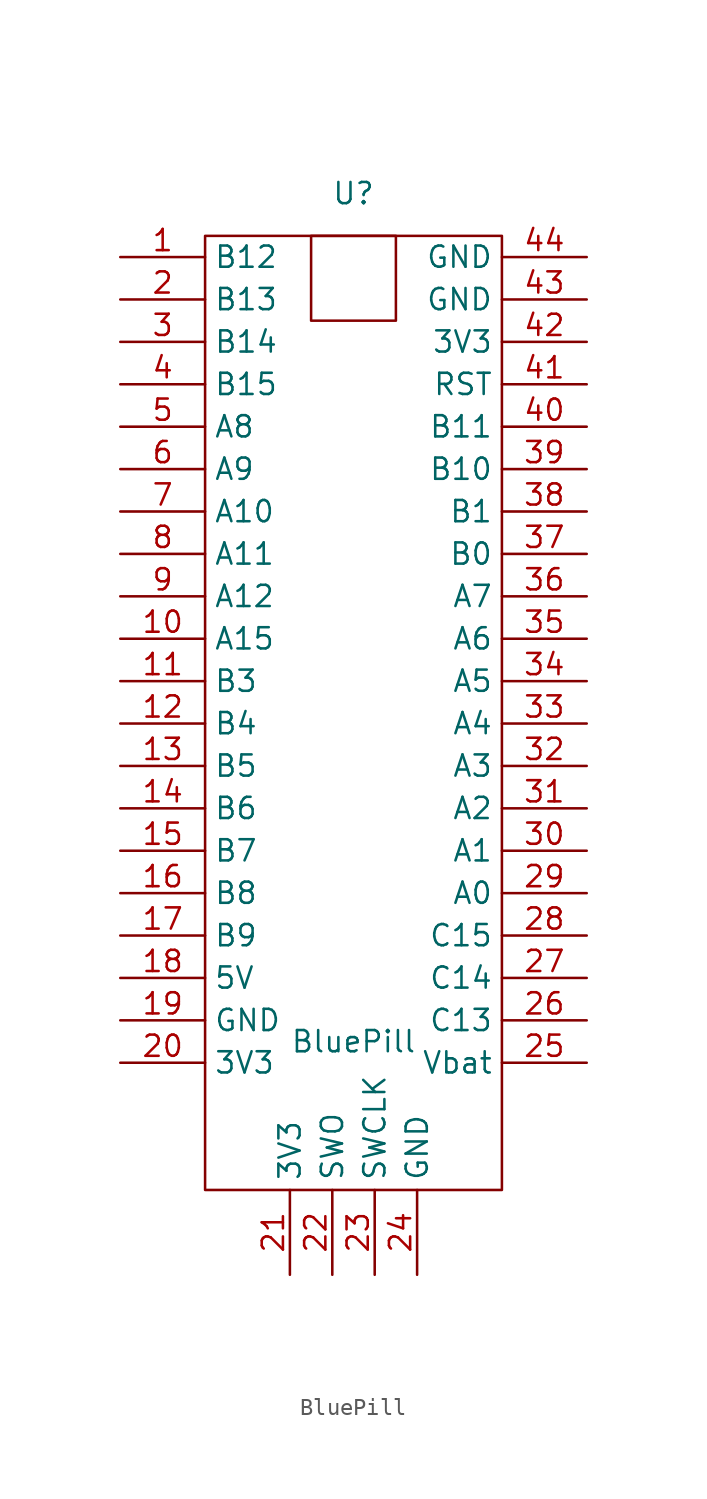
<source format=kicad_sym>
(kicad_symbol_lib
  (version 20211014)
  (generator kicad_symbol_editor)
  (symbol "BluePill"
    (property "Reference" "U"
      (at 3.81 35.56 0)
      (effects (font (size 1.27 1.27))))
    (property "Value" "BluePill"
      (at 3.81 -15.24 0)
      (effects (font (size 1.27 1.27))))
    (symbol "BluePill_0_1"
      (rectangle (start -5.08 33.02) (end 12.7 -24.13) (stroke (width 0) (type default) (color 0 0 0 0)) (fill (type none)))
      (rectangle (start 1.27 33.02) (end 6.35 27.94) (stroke (width 0) (type default) (color 0 0 0 0)) (fill (type none))))
    (symbol "BluePill_1_1"
      (pin bidirectional line (at -10.16 31.75 0) (length 5.08) (name "B12" (effects (font (size 1.27 1.27)))) (number "1" (effects (font (size 1.27 1.27)))))
      (pin bidirectional line (at -10.16 8.89 0) (length 5.08) (name "A15" (effects (font (size 1.27 1.27)))) (number "10" (effects (font (size 1.27 1.27)))))
      (pin bidirectional line (at -10.16 6.35 0) (length 5.08) (name "B3" (effects (font (size 1.27 1.27)))) (number "11" (effects (font (size 1.27 1.27)))))
      (pin bidirectional line (at -10.16 3.81 0) (length 5.08) (name "B4" (effects (font (size 1.27 1.27)))) (number "12" (effects (font (size 1.27 1.27)))))
      (pin bidirectional line (at -10.16 1.27 0) (length 5.08) (name "B5" (effects (font (size 1.27 1.27)))) (number "13" (effects (font (size 1.27 1.27)))))
      (pin bidirectional line (at -10.16 -1.27 0) (length 5.08) (name "B6" (effects (font (size 1.27 1.27)))) (number "14" (effects (font (size 1.27 1.27)))))
      (pin bidirectional line (at -10.16 -3.81 0) (length 5.08) (name "B7" (effects (font (size 1.27 1.27)))) (number "15" (effects (font (size 1.27 1.27)))))
      (pin bidirectional line (at -10.16 -6.35 0) (length 5.08) (name "B8" (effects (font (size 1.27 1.27)))) (number "16" (effects (font (size 1.27 1.27)))))
      (pin bidirectional line (at -10.16 -8.89 0) (length 5.08) (name "B9" (effects (font (size 1.27 1.27)))) (number "17" (effects (font (size 1.27 1.27)))))
      (pin power_in line (at -10.16 -11.43 0) (length 5.08) (name "5V" (effects (font (size 1.27 1.27)))) (number "18" (effects (font (size 1.27 1.27)))))
      (pin power_in line (at -10.16 -13.97 0) (length 5.08) (name "GND" (effects (font (size 1.27 1.27)))) (number "19" (effects (font (size 1.27 1.27)))))
      (pin bidirectional line (at -10.16 29.21 0) (length 5.08) (name "B13" (effects (font (size 1.27 1.27)))) (number "2" (effects (font (size 1.27 1.27)))))
      (pin power_out line (at -10.16 -16.51 0) (length 5.08) (name "3V3" (effects (font (size 1.27 1.27)))) (number "20" (effects (font (size 1.27 1.27)))))
      (pin power_out line (at 0 -29.21 90) (length 5.08) (name "3V3" (effects (font (size 1.27 1.27)))) (number "21" (effects (font (size 1.27 1.27)))))
      (pin bidirectional line (at 2.54 -29.21 90) (length 5.08) (name "SWO" (effects (font (size 1.27 1.27)))) (number "22" (effects (font (size 1.27 1.27)))))
      (pin input line (at 5.08 -29.21 90) (length 5.08) (name "SWCLK" (effects (font (size 1.27 1.27)))) (number "23" (effects (font (size 1.27 1.27)))))
      (pin power_in line (at 7.62 -29.21 90) (length 5.08) (name "GND" (effects (font (size 1.27 1.27)))) (number "24" (effects (font (size 1.27 1.27)))))
      (pin power_in line (at 17.78 -16.51 180) (length 5.08) (name "Vbat" (effects (font (size 1.27 1.27)))) (number "25" (effects (font (size 1.27 1.27)))))
      (pin bidirectional line (at 17.78 -13.97 180) (length 5.08) (name "C13" (effects (font (size 1.27 1.27)))) (number "26" (effects (font (size 1.27 1.27)))))
      (pin bidirectional line (at 17.78 -11.43 180) (length 5.08) (name "C14" (effects (font (size 1.27 1.27)))) (number "27" (effects (font (size 1.27 1.27)))))
      (pin bidirectional line (at 17.78 -8.89 180) (length 5.08) (name "C15" (effects (font (size 1.27 1.27)))) (number "28" (effects (font (size 1.27 1.27)))))
      (pin bidirectional line (at 17.78 -6.35 180) (length 5.08) (name "A0" (effects (font (size 1.27 1.27)))) (number "29" (effects (font (size 1.27 1.27)))))
      (pin bidirectional line (at -10.16 26.67 0) (length 5.08) (name "B14" (effects (font (size 1.27 1.27)))) (number "3" (effects (font (size 1.27 1.27)))))
      (pin bidirectional line (at 17.78 -3.81 180) (length 5.08) (name "A1" (effects (font (size 1.27 1.27)))) (number "30" (effects (font (size 1.27 1.27)))))
      (pin bidirectional line (at 17.78 -1.27 180) (length 5.08) (name "A2" (effects (font (size 1.27 1.27)))) (number "31" (effects (font (size 1.27 1.27)))))
      (pin bidirectional line (at 17.78 1.27 180) (length 5.08) (name "A3" (effects (font (size 1.27 1.27)))) (number "32" (effects (font (size 1.27 1.27)))))
      (pin bidirectional line (at 17.78 3.81 180) (length 5.08) (name "A4" (effects (font (size 1.27 1.27)))) (number "33" (effects (font (size 1.27 1.27)))))
      (pin bidirectional line (at 17.78 6.35 180) (length 5.08) (name "A5" (effects (font (size 1.27 1.27)))) (number "34" (effects (font (size 1.27 1.27)))))
      (pin bidirectional line (at 17.78 8.89 180) (length 5.08) (name "A6" (effects (font (size 1.27 1.27)))) (number "35" (effects (font (size 1.27 1.27)))))
      (pin bidirectional line (at 17.78 11.43 180) (length 5.08) (name "A7" (effects (font (size 1.27 1.27)))) (number "36" (effects (font (size 1.27 1.27)))))
      (pin bidirectional line (at 17.78 13.97 180) (length 5.08) (name "B0" (effects (font (size 1.27 1.27)))) (number "37" (effects (font (size 1.27 1.27)))))
      (pin bidirectional line (at 17.78 16.51 180) (length 5.08) (name "B1" (effects (font (size 1.27 1.27)))) (number "38" (effects (font (size 1.27 1.27)))))
      (pin bidirectional line (at 17.78 19.05 180) (length 5.08) (name "B10" (effects (font (size 1.27 1.27)))) (number "39" (effects (font (size 1.27 1.27)))))
      (pin bidirectional line (at -10.16 24.13 0) (length 5.08) (name "B15" (effects (font (size 1.27 1.27)))) (number "4" (effects (font (size 1.27 1.27)))))
      (pin bidirectional line (at 17.78 21.59 180) (length 5.08) (name "B11" (effects (font (size 1.27 1.27)))) (number "40" (effects (font (size 1.27 1.27)))))
      (pin input line (at 17.78 24.13 180) (length 5.08) (name "RST" (effects (font (size 1.27 1.27)))) (number "41" (effects (font (size 1.27 1.27)))))
      (pin power_out line (at 17.78 26.67 180) (length 5.08) (name "3V3" (effects (font (size 1.27 1.27)))) (number "42" (effects (font (size 1.27 1.27)))))
      (pin power_out line (at 17.78 29.21 180) (length 5.08) (name "GND" (effects (font (size 1.27 1.27)))) (number "43" (effects (font (size 1.27 1.27)))))
      (pin power_out line (at 17.78 31.75 180) (length 5.08) (name "GND" (effects (font (size 1.27 1.27)))) (number "44" (effects (font (size 1.27 1.27)))))
      (pin bidirectional line (at -10.16 21.59 0) (length 5.08) (name "A8" (effects (font (size 1.27 1.27)))) (number "5" (effects (font (size 1.27 1.27)))))
      (pin bidirectional line (at -10.16 19.05 0) (length 5.08) (name "A9" (effects (font (size 1.27 1.27)))) (number "6" (effects (font (size 1.27 1.27)))))
      (pin bidirectional line (at -10.16 16.51 0) (length 5.08) (name "A10" (effects (font (size 1.27 1.27)))) (number "7" (effects (font (size 1.27 1.27)))))
      (pin bidirectional line (at -10.16 13.97 0) (length 5.08) (name "A11" (effects (font (size 1.27 1.27)))) (number "8" (effects (font (size 1.27 1.27)))))
      (pin bidirectional line (at -10.16 11.43 0) (length 5.08) (name "A12" (effects (font (size 1.27 1.27)))) (number "9" (effects (font (size 1.27 1.27))))))))
</source>
